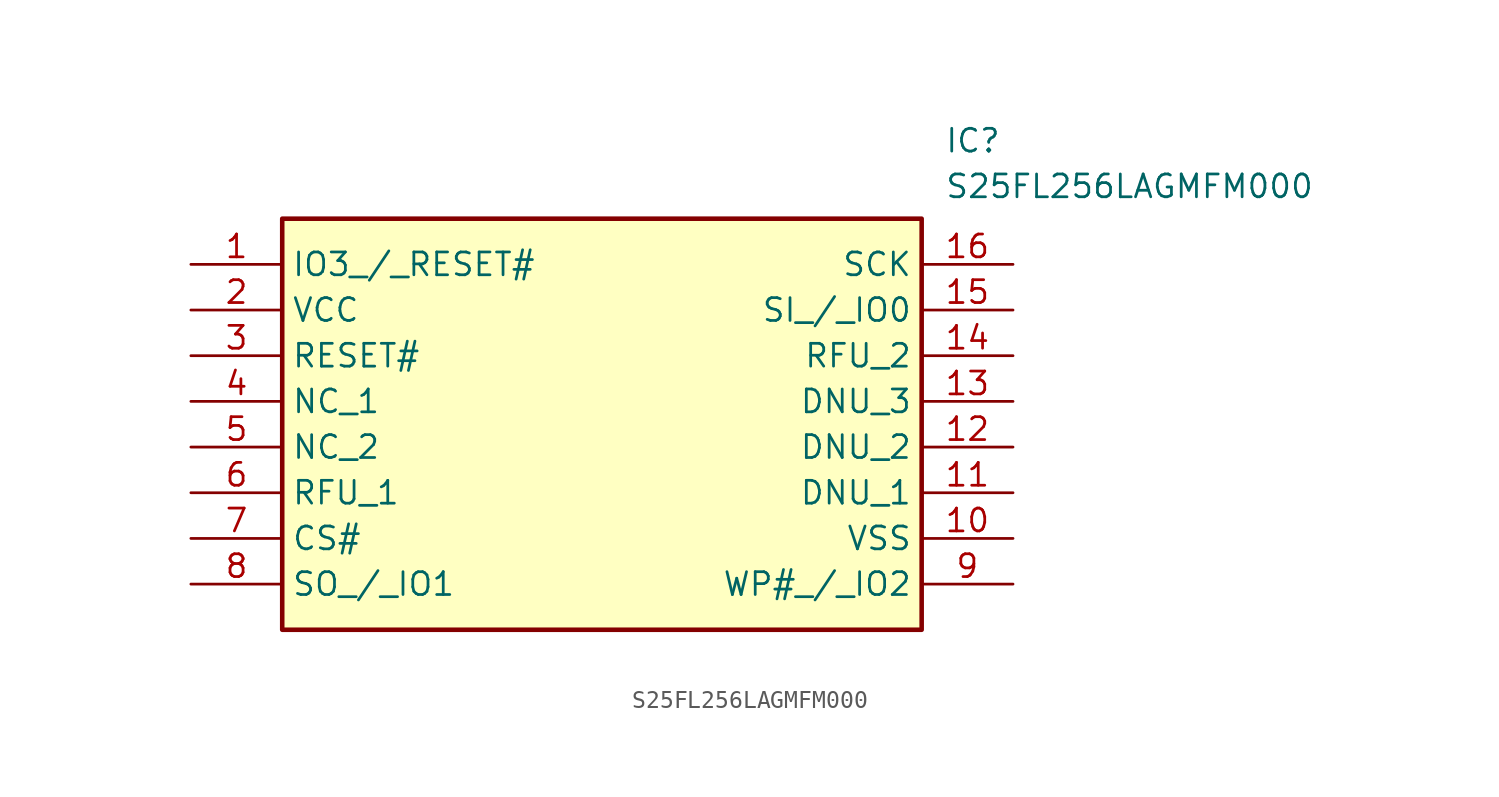
<source format=kicad_sym>
(kicad_symbol_lib
  (version 20211014)
  (generator SamacSys_ECAD_Model)
  (symbol "S25FL256LAGMFM000"
    (property "Reference" "IC"
      (at 41.91 7.62 0)
      (effects (font (size 1.27 1.27)) (justify left top)))
    (property "Value" "S25FL256LAGMFM000"
      (at 41.91 5.08 0)
      (effects (font (size 1.27 1.27)) (justify left top)))
    (rectangle
      (start 5.08 2.54)
      (end 40.64 -20.32)
      (stroke (width 0.254) (type default))
      (fill (type background)))
    (pin passive line
      (at 0 0 0)
      (length 5.08)
      (name "IO3_/_RESET#" (effects (font (size 1.27 1.27))))
      (number "1" (effects (font (size 1.27 1.27)))))
    (pin passive line
      (at 0 -2.54 0)
      (length 5.08)
      (name "VCC" (effects (font (size 1.27 1.27))))
      (number "2" (effects (font (size 1.27 1.27)))))
    (pin passive line
      (at 0 -5.08 0)
      (length 5.08)
      (name "RESET#" (effects (font (size 1.27 1.27))))
      (number "3" (effects (font (size 1.27 1.27)))))
    (pin passive line
      (at 0 -7.62 0)
      (length 5.08)
      (name "NC_1" (effects (font (size 1.27 1.27))))
      (number "4" (effects (font (size 1.27 1.27)))))
    (pin passive line
      (at 0 -10.16 0)
      (length 5.08)
      (name "NC_2" (effects (font (size 1.27 1.27))))
      (number "5" (effects (font (size 1.27 1.27)))))
    (pin passive line
      (at 0 -12.7 0)
      (length 5.08)
      (name "RFU_1" (effects (font (size 1.27 1.27))))
      (number "6" (effects (font (size 1.27 1.27)))))
    (pin passive line
      (at 0 -15.24 0)
      (length 5.08)
      (name "CS#" (effects (font (size 1.27 1.27))))
      (number "7" (effects (font (size 1.27 1.27)))))
    (pin passive line
      (at 0 -17.78 0)
      (length 5.08)
      (name "SO_/_IO1" (effects (font (size 1.27 1.27))))
      (number "8" (effects (font (size 1.27 1.27)))))
    (pin passive line
      (at 45.72 0 180)
      (length 5.08)
      (name "SCK" (effects (font (size 1.27 1.27))))
      (number "16" (effects (font (size 1.27 1.27)))))
    (pin passive line
      (at 45.72 -2.54 180)
      (length 5.08)
      (name "SI_/_IO0" (effects (font (size 1.27 1.27))))
      (number "15" (effects (font (size 1.27 1.27)))))
    (pin passive line
      (at 45.72 -5.08 180)
      (length 5.08)
      (name "RFU_2" (effects (font (size 1.27 1.27))))
      (number "14" (effects (font (size 1.27 1.27)))))
    (pin passive line
      (at 45.72 -7.62 180)
      (length 5.08)
      (name "DNU_3" (effects (font (size 1.27 1.27))))
      (number "13" (effects (font (size 1.27 1.27)))))
    (pin passive line
      (at 45.72 -10.16 180)
      (length 5.08)
      (name "DNU_2" (effects (font (size 1.27 1.27))))
      (number "12" (effects (font (size 1.27 1.27)))))
    (pin passive line
      (at 45.72 -12.7 180)
      (length 5.08)
      (name "DNU_1" (effects (font (size 1.27 1.27))))
      (number "11" (effects (font (size 1.27 1.27)))))
    (pin passive line
      (at 45.72 -15.24 180)
      (length 5.08)
      (name "VSS" (effects (font (size 1.27 1.27))))
      (number "10" (effects (font (size 1.27 1.27)))))
    (pin passive line
      (at 45.72 -17.78 180)
      (length 5.08)
      (name "WP#_/_IO2" (effects (font (size 1.27 1.27))))
      (number "9" (effects (font (size 1.27 1.27)))))))
</source>
